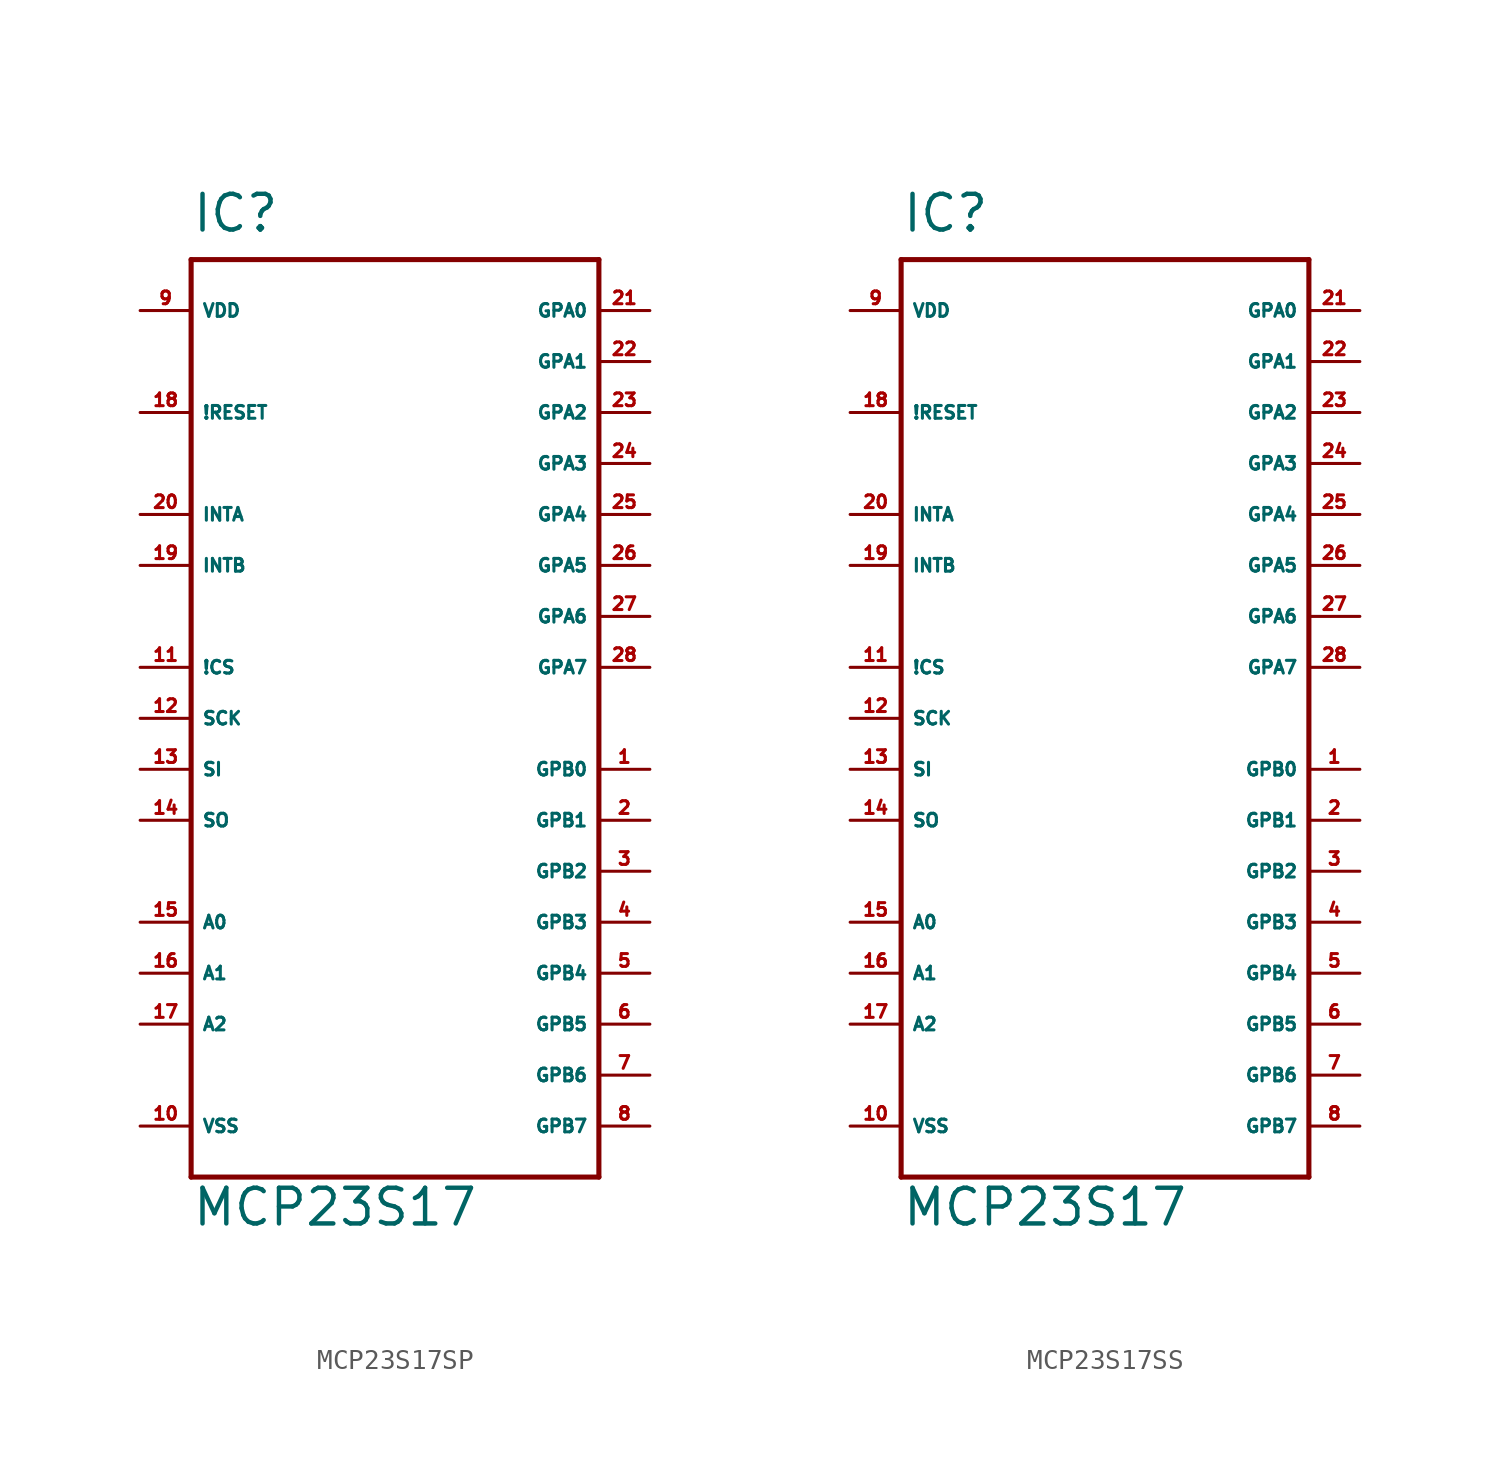
<source format=kicad_sym>
(kicad_symbol_lib
  (version 20220914)
  (generator Eagle2Kicad)
  (symbol "MCP23S17SP"
    (property "Reference" "IC"
      (at -10.16 24.13 0)
      (effects (font (size 1.778 1.778) (thickness 0.22)) (justify left bottom)))
    (property "Value" "MCP23S17"
      (at -10.16 -25.4 0)
      (effects (font (size 1.778 1.778) (thickness 0.22)) (justify left bottom)))
    (polyline
      (pts (xy -10.16 22.86) (xy 10.16 22.86))
      (stroke (width 0.254) (type default))
      (fill (type none)))
    (polyline
      (pts (xy 10.16 22.86) (xy 10.16 -22.86))
      (stroke (width 0.254) (type default))
      (fill (type none)))
    (polyline
      (pts (xy 10.16 -22.86) (xy -10.16 -22.86))
      (stroke (width 0.254) (type default))
      (fill (type none)))
    (polyline
      (pts (xy -10.16 -22.86) (xy -10.16 22.86))
      (stroke (width 0.254) (type default))
      (fill (type none)))
    (pin input line
      (at -12.7 2.54 0)
      (length 2.54)
      (name "!CS" (effects (font (size 0.635 0.635) (thickness 0.08)) (justify left bottom)))
      (number "11" (effects (font (size 0.635 0.635) (thickness 0.08)) (justify left bottom))))
    (pin input line
      (at -12.7 0 0)
      (length 2.54)
      (name "SCK" (effects (font (size 0.635 0.635) (thickness 0.08)) (justify left bottom)))
      (number "12" (effects (font (size 0.635 0.635) (thickness 0.08)) (justify left bottom))))
    (pin input line
      (at -12.7 -2.54 0)
      (length 2.54)
      (name "SI" (effects (font (size 0.635 0.635) (thickness 0.08)) (justify left bottom)))
      (number "13" (effects (font (size 0.635 0.635) (thickness 0.08)) (justify left bottom))))
    (pin output line
      (at -12.7 -5.08 0)
      (length 2.54)
      (name "SO" (effects (font (size 0.635 0.635) (thickness 0.08)) (justify left bottom)))
      (number "14" (effects (font (size 0.635 0.635) (thickness 0.08)) (justify left bottom))))
    (pin input line
      (at -12.7 -10.16 0)
      (length 2.54)
      (name "A0" (effects (font (size 0.635 0.635) (thickness 0.08)) (justify left bottom)))
      (number "15" (effects (font (size 0.635 0.635) (thickness 0.08)) (justify left bottom))))
    (pin input line
      (at -12.7 -12.7 0)
      (length 2.54)
      (name "A1" (effects (font (size 0.635 0.635) (thickness 0.08)) (justify left bottom)))
      (number "16" (effects (font (size 0.635 0.635) (thickness 0.08)) (justify left bottom))))
    (pin input line
      (at -12.7 -15.24 0)
      (length 2.54)
      (name "A2" (effects (font (size 0.635 0.635) (thickness 0.08)) (justify left bottom)))
      (number "17" (effects (font (size 0.635 0.635) (thickness 0.08)) (justify left bottom))))
    (pin input line
      (at -12.7 15.24 0)
      (length 2.54)
      (name "!RESET" (effects (font (size 0.635 0.635) (thickness 0.08)) (justify left bottom)))
      (number "18" (effects (font (size 0.635 0.635) (thickness 0.08)) (justify left bottom))))
    (pin output line
      (at -12.7 10.16 0)
      (length 2.54)
      (name "INTA" (effects (font (size 0.635 0.635) (thickness 0.08)) (justify left bottom)))
      (number "20" (effects (font (size 0.635 0.635) (thickness 0.08)) (justify left bottom))))
    (pin output line
      (at -12.7 7.62 0)
      (length 2.54)
      (name "INTB" (effects (font (size 0.635 0.635) (thickness 0.08)) (justify left bottom)))
      (number "19" (effects (font (size 0.635 0.635) (thickness 0.08)) (justify left bottom))))
    (pin bidirectional line
      (at 12.7 -2.54 180)
      (length 2.54)
      (name "GPB0" (effects (font (size 0.635 0.635) (thickness 0.08)) (justify left bottom)))
      (number "1" (effects (font (size 0.635 0.635) (thickness 0.08)) (justify left bottom))))
    (pin bidirectional line
      (at 12.7 -5.08 180)
      (length 2.54)
      (name "GPB1" (effects (font (size 0.635 0.635) (thickness 0.08)) (justify left bottom)))
      (number "2" (effects (font (size 0.635 0.635) (thickness 0.08)) (justify left bottom))))
    (pin bidirectional line
      (at 12.7 -7.62 180)
      (length 2.54)
      (name "GPB2" (effects (font (size 0.635 0.635) (thickness 0.08)) (justify left bottom)))
      (number "3" (effects (font (size 0.635 0.635) (thickness 0.08)) (justify left bottom))))
    (pin bidirectional line
      (at 12.7 -10.16 180)
      (length 2.54)
      (name "GPB3" (effects (font (size 0.635 0.635) (thickness 0.08)) (justify left bottom)))
      (number "4" (effects (font (size 0.635 0.635) (thickness 0.08)) (justify left bottom))))
    (pin bidirectional line
      (at 12.7 -12.7 180)
      (length 2.54)
      (name "GPB4" (effects (font (size 0.635 0.635) (thickness 0.08)) (justify left bottom)))
      (number "5" (effects (font (size 0.635 0.635) (thickness 0.08)) (justify left bottom))))
    (pin bidirectional line
      (at 12.7 -15.24 180)
      (length 2.54)
      (name "GPB5" (effects (font (size 0.635 0.635) (thickness 0.08)) (justify left bottom)))
      (number "6" (effects (font (size 0.635 0.635) (thickness 0.08)) (justify left bottom))))
    (pin bidirectional line
      (at 12.7 -17.78 180)
      (length 2.54)
      (name "GPB6" (effects (font (size 0.635 0.635) (thickness 0.08)) (justify left bottom)))
      (number "7" (effects (font (size 0.635 0.635) (thickness 0.08)) (justify left bottom))))
    (pin bidirectional line
      (at 12.7 -20.32 180)
      (length 2.54)
      (name "GPB7" (effects (font (size 0.635 0.635) (thickness 0.08)) (justify left bottom)))
      (number "8" (effects (font (size 0.635 0.635) (thickness 0.08)) (justify left bottom))))
    (pin bidirectional line
      (at 12.7 20.32 180)
      (length 2.54)
      (name "GPA0" (effects (font (size 0.635 0.635) (thickness 0.08)) (justify left bottom)))
      (number "21" (effects (font (size 0.635 0.635) (thickness 0.08)) (justify left bottom))))
    (pin bidirectional line
      (at 12.7 17.78 180)
      (length 2.54)
      (name "GPA1" (effects (font (size 0.635 0.635) (thickness 0.08)) (justify left bottom)))
      (number "22" (effects (font (size 0.635 0.635) (thickness 0.08)) (justify left bottom))))
    (pin bidirectional line
      (at 12.7 15.24 180)
      (length 2.54)
      (name "GPA2" (effects (font (size 0.635 0.635) (thickness 0.08)) (justify left bottom)))
      (number "23" (effects (font (size 0.635 0.635) (thickness 0.08)) (justify left bottom))))
    (pin bidirectional line
      (at 12.7 12.7 180)
      (length 2.54)
      (name "GPA3" (effects (font (size 0.635 0.635) (thickness 0.08)) (justify left bottom)))
      (number "24" (effects (font (size 0.635 0.635) (thickness 0.08)) (justify left bottom))))
    (pin bidirectional line
      (at 12.7 10.16 180)
      (length 2.54)
      (name "GPA4" (effects (font (size 0.635 0.635) (thickness 0.08)) (justify left bottom)))
      (number "25" (effects (font (size 0.635 0.635) (thickness 0.08)) (justify left bottom))))
    (pin bidirectional line
      (at 12.7 7.62 180)
      (length 2.54)
      (name "GPA5" (effects (font (size 0.635 0.635) (thickness 0.08)) (justify left bottom)))
      (number "26" (effects (font (size 0.635 0.635) (thickness 0.08)) (justify left bottom))))
    (pin bidirectional line
      (at 12.7 5.08 180)
      (length 2.54)
      (name "GPA6" (effects (font (size 0.635 0.635) (thickness 0.08)) (justify left bottom)))
      (number "27" (effects (font (size 0.635 0.635) (thickness 0.08)) (justify left bottom))))
    (pin bidirectional line
      (at 12.7 2.54 180)
      (length 2.54)
      (name "GPA7" (effects (font (size 0.635 0.635) (thickness 0.08)) (justify left bottom)))
      (number "28" (effects (font (size 0.635 0.635) (thickness 0.08)) (justify left bottom))))
    (pin unspecified line
      (at -12.7 20.32 0)
      (length 2.54)
      (name "VDD" (effects (font (size 0.635 0.635) (thickness 0.08)) (justify left bottom)))
      (number "9" (effects (font (size 0.635 0.635) (thickness 0.08)) (justify left bottom))))
    (pin unspecified line
      (at -12.7 -20.32 0)
      (length 2.54)
      (name "VSS" (effects (font (size 0.635 0.635) (thickness 0.08)) (justify left bottom)))
      (number "10" (effects (font (size 0.635 0.635) (thickness 0.08)) (justify left bottom)))))
  (symbol "MCP23S17SS"
    (property "Reference" "IC"
      (at -10.16 24.13 0)
      (effects (font (size 1.778 1.778) (thickness 0.22)) (justify left bottom)))
    (property "Value" "MCP23S17"
      (at -10.16 -25.4 0)
      (effects (font (size 1.778 1.778) (thickness 0.22)) (justify left bottom)))
    (polyline
      (pts (xy -10.16 22.86) (xy 10.16 22.86))
      (stroke (width 0.254) (type default))
      (fill (type none)))
    (polyline
      (pts (xy 10.16 22.86) (xy 10.16 -22.86))
      (stroke (width 0.254) (type default))
      (fill (type none)))
    (polyline
      (pts (xy 10.16 -22.86) (xy -10.16 -22.86))
      (stroke (width 0.254) (type default))
      (fill (type none)))
    (polyline
      (pts (xy -10.16 -22.86) (xy -10.16 22.86))
      (stroke (width 0.254) (type default))
      (fill (type none)))
    (pin input line
      (at -12.7 2.54 0)
      (length 2.54)
      (name "!CS" (effects (font (size 0.635 0.635) (thickness 0.08)) (justify left bottom)))
      (number "11" (effects (font (size 0.635 0.635) (thickness 0.08)) (justify left bottom))))
    (pin input line
      (at -12.7 0 0)
      (length 2.54)
      (name "SCK" (effects (font (size 0.635 0.635) (thickness 0.08)) (justify left bottom)))
      (number "12" (effects (font (size 0.635 0.635) (thickness 0.08)) (justify left bottom))))
    (pin input line
      (at -12.7 -2.54 0)
      (length 2.54)
      (name "SI" (effects (font (size 0.635 0.635) (thickness 0.08)) (justify left bottom)))
      (number "13" (effects (font (size 0.635 0.635) (thickness 0.08)) (justify left bottom))))
    (pin output line
      (at -12.7 -5.08 0)
      (length 2.54)
      (name "SO" (effects (font (size 0.635 0.635) (thickness 0.08)) (justify left bottom)))
      (number "14" (effects (font (size 0.635 0.635) (thickness 0.08)) (justify left bottom))))
    (pin input line
      (at -12.7 -10.16 0)
      (length 2.54)
      (name "A0" (effects (font (size 0.635 0.635) (thickness 0.08)) (justify left bottom)))
      (number "15" (effects (font (size 0.635 0.635) (thickness 0.08)) (justify left bottom))))
    (pin input line
      (at -12.7 -12.7 0)
      (length 2.54)
      (name "A1" (effects (font (size 0.635 0.635) (thickness 0.08)) (justify left bottom)))
      (number "16" (effects (font (size 0.635 0.635) (thickness 0.08)) (justify left bottom))))
    (pin input line
      (at -12.7 -15.24 0)
      (length 2.54)
      (name "A2" (effects (font (size 0.635 0.635) (thickness 0.08)) (justify left bottom)))
      (number "17" (effects (font (size 0.635 0.635) (thickness 0.08)) (justify left bottom))))
    (pin input line
      (at -12.7 15.24 0)
      (length 2.54)
      (name "!RESET" (effects (font (size 0.635 0.635) (thickness 0.08)) (justify left bottom)))
      (number "18" (effects (font (size 0.635 0.635) (thickness 0.08)) (justify left bottom))))
    (pin output line
      (at -12.7 10.16 0)
      (length 2.54)
      (name "INTA" (effects (font (size 0.635 0.635) (thickness 0.08)) (justify left bottom)))
      (number "20" (effects (font (size 0.635 0.635) (thickness 0.08)) (justify left bottom))))
    (pin output line
      (at -12.7 7.62 0)
      (length 2.54)
      (name "INTB" (effects (font (size 0.635 0.635) (thickness 0.08)) (justify left bottom)))
      (number "19" (effects (font (size 0.635 0.635) (thickness 0.08)) (justify left bottom))))
    (pin bidirectional line
      (at 12.7 -2.54 180)
      (length 2.54)
      (name "GPB0" (effects (font (size 0.635 0.635) (thickness 0.08)) (justify left bottom)))
      (number "1" (effects (font (size 0.635 0.635) (thickness 0.08)) (justify left bottom))))
    (pin bidirectional line
      (at 12.7 -5.08 180)
      (length 2.54)
      (name "GPB1" (effects (font (size 0.635 0.635) (thickness 0.08)) (justify left bottom)))
      (number "2" (effects (font (size 0.635 0.635) (thickness 0.08)) (justify left bottom))))
    (pin bidirectional line
      (at 12.7 -7.62 180)
      (length 2.54)
      (name "GPB2" (effects (font (size 0.635 0.635) (thickness 0.08)) (justify left bottom)))
      (number "3" (effects (font (size 0.635 0.635) (thickness 0.08)) (justify left bottom))))
    (pin bidirectional line
      (at 12.7 -10.16 180)
      (length 2.54)
      (name "GPB3" (effects (font (size 0.635 0.635) (thickness 0.08)) (justify left bottom)))
      (number "4" (effects (font (size 0.635 0.635) (thickness 0.08)) (justify left bottom))))
    (pin bidirectional line
      (at 12.7 -12.7 180)
      (length 2.54)
      (name "GPB4" (effects (font (size 0.635 0.635) (thickness 0.08)) (justify left bottom)))
      (number "5" (effects (font (size 0.635 0.635) (thickness 0.08)) (justify left bottom))))
    (pin bidirectional line
      (at 12.7 -15.24 180)
      (length 2.54)
      (name "GPB5" (effects (font (size 0.635 0.635) (thickness 0.08)) (justify left bottom)))
      (number "6" (effects (font (size 0.635 0.635) (thickness 0.08)) (justify left bottom))))
    (pin bidirectional line
      (at 12.7 -17.78 180)
      (length 2.54)
      (name "GPB6" (effects (font (size 0.635 0.635) (thickness 0.08)) (justify left bottom)))
      (number "7" (effects (font (size 0.635 0.635) (thickness 0.08)) (justify left bottom))))
    (pin bidirectional line
      (at 12.7 -20.32 180)
      (length 2.54)
      (name "GPB7" (effects (font (size 0.635 0.635) (thickness 0.08)) (justify left bottom)))
      (number "8" (effects (font (size 0.635 0.635) (thickness 0.08)) (justify left bottom))))
    (pin bidirectional line
      (at 12.7 20.32 180)
      (length 2.54)
      (name "GPA0" (effects (font (size 0.635 0.635) (thickness 0.08)) (justify left bottom)))
      (number "21" (effects (font (size 0.635 0.635) (thickness 0.08)) (justify left bottom))))
    (pin bidirectional line
      (at 12.7 17.78 180)
      (length 2.54)
      (name "GPA1" (effects (font (size 0.635 0.635) (thickness 0.08)) (justify left bottom)))
      (number "22" (effects (font (size 0.635 0.635) (thickness 0.08)) (justify left bottom))))
    (pin bidirectional line
      (at 12.7 15.24 180)
      (length 2.54)
      (name "GPA2" (effects (font (size 0.635 0.635) (thickness 0.08)) (justify left bottom)))
      (number "23" (effects (font (size 0.635 0.635) (thickness 0.08)) (justify left bottom))))
    (pin bidirectional line
      (at 12.7 12.7 180)
      (length 2.54)
      (name "GPA3" (effects (font (size 0.635 0.635) (thickness 0.08)) (justify left bottom)))
      (number "24" (effects (font (size 0.635 0.635) (thickness 0.08)) (justify left bottom))))
    (pin bidirectional line
      (at 12.7 10.16 180)
      (length 2.54)
      (name "GPA4" (effects (font (size 0.635 0.635) (thickness 0.08)) (justify left bottom)))
      (number "25" (effects (font (size 0.635 0.635) (thickness 0.08)) (justify left bottom))))
    (pin bidirectional line
      (at 12.7 7.62 180)
      (length 2.54)
      (name "GPA5" (effects (font (size 0.635 0.635) (thickness 0.08)) (justify left bottom)))
      (number "26" (effects (font (size 0.635 0.635) (thickness 0.08)) (justify left bottom))))
    (pin bidirectional line
      (at 12.7 5.08 180)
      (length 2.54)
      (name "GPA6" (effects (font (size 0.635 0.635) (thickness 0.08)) (justify left bottom)))
      (number "27" (effects (font (size 0.635 0.635) (thickness 0.08)) (justify left bottom))))
    (pin bidirectional line
      (at 12.7 2.54 180)
      (length 2.54)
      (name "GPA7" (effects (font (size 0.635 0.635) (thickness 0.08)) (justify left bottom)))
      (number "28" (effects (font (size 0.635 0.635) (thickness 0.08)) (justify left bottom))))
    (pin unspecified line
      (at -12.7 20.32 0)
      (length 2.54)
      (name "VDD" (effects (font (size 0.635 0.635) (thickness 0.08)) (justify left bottom)))
      (number "9" (effects (font (size 0.635 0.635) (thickness 0.08)) (justify left bottom))))
    (pin unspecified line
      (at -12.7 -20.32 0)
      (length 2.54)
      (name "VSS" (effects (font (size 0.635 0.635) (thickness 0.08)) (justify left bottom)))
      (number "10" (effects (font (size 0.635 0.635) (thickness 0.08)) (justify left bottom))))))
</source>
